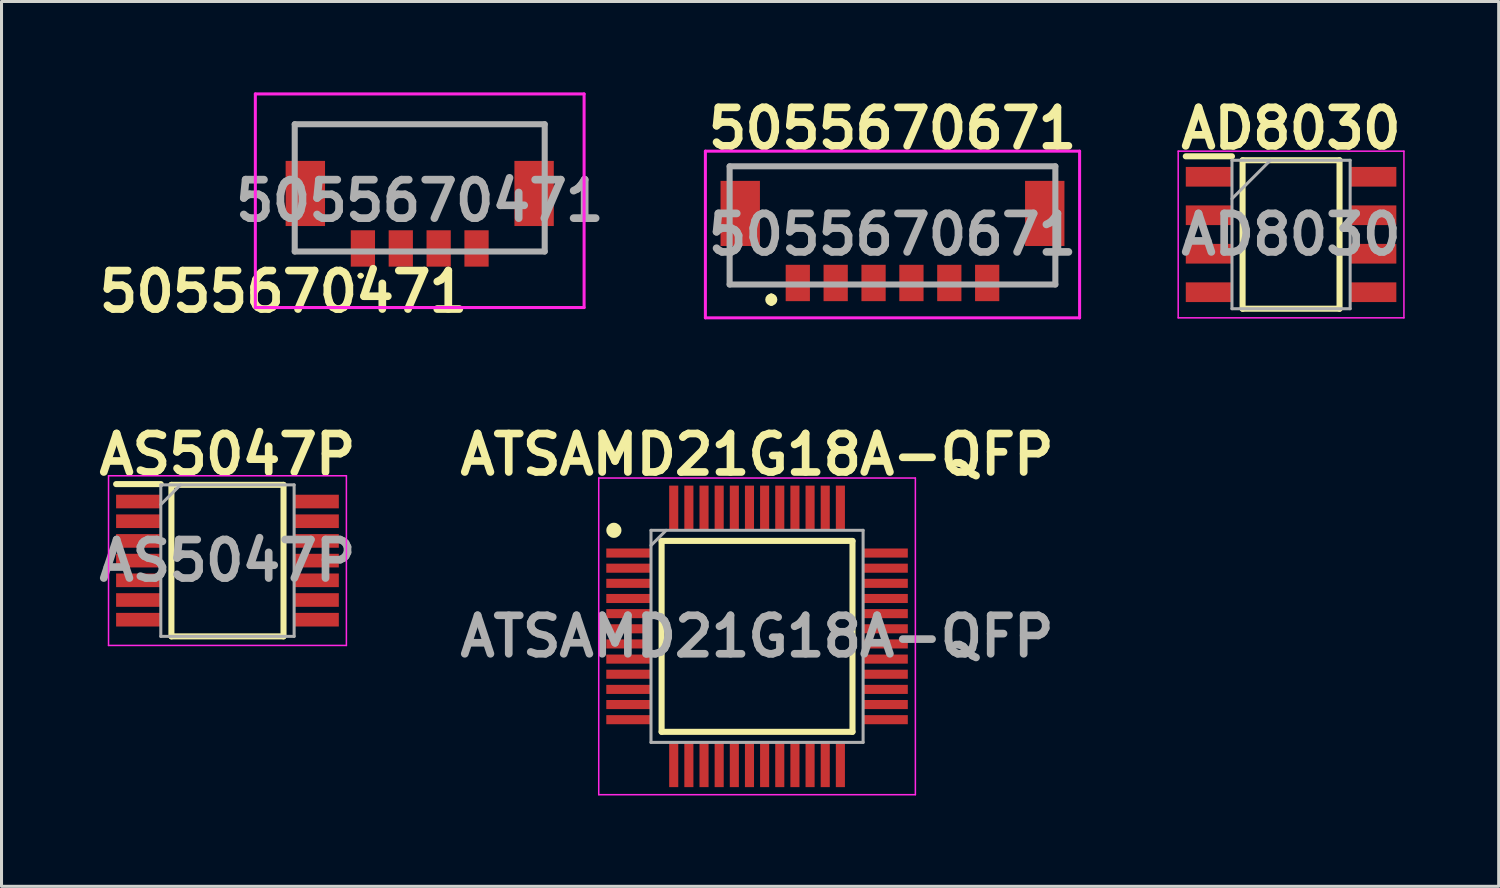
<source format=kicad_pcb>
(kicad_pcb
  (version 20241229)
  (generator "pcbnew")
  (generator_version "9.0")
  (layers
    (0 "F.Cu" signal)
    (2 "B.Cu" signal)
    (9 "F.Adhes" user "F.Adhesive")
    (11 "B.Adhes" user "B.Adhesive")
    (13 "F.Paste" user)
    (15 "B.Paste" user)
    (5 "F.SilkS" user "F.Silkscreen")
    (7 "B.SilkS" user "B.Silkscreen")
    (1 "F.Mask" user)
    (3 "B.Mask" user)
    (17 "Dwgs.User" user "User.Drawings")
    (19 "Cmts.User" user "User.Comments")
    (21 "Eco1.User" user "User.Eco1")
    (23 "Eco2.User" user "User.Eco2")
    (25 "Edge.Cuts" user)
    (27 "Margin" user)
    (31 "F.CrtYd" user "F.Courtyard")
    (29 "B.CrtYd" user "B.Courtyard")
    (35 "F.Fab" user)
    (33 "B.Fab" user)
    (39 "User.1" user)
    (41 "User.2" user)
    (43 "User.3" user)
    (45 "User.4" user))
  (footprint "AS5047P"
    (layer "F.Cu")
    (at 4.457 15.452)
    (property "Reference" "AS5047P" (at 0 -3.5 0) (layer "F.SilkS") (effects (font (size 1.27 1.27) (thickness 0.254))))
    (attr smd)
    (fp_line (start -3.675 -2.525) (end -2.2 -2.525) (stroke (width 0.2) (type solid)) (layer "F.SilkS"))
    (fp_line (start -1.85 -2.5) (end 1.85 -2.5) (stroke (width 0.2) (type solid)) (layer "F.SilkS"))
    (fp_line (start -1.85 2.5) (end -1.85 -2.5) (stroke (width 0.2) (type solid)) (layer "F.SilkS"))
    (fp_line (start 1.85 -2.5) (end 1.85 2.5) (stroke (width 0.2) (type solid)) (layer "F.SilkS"))
    (fp_line (start 1.85 2.5) (end -1.85 2.5) (stroke (width 0.2) (type solid)) (layer "F.SilkS"))
    (fp_line (start -3.925 -2.8) (end 3.925 -2.8) (stroke (width 0.05) (type solid)) (layer "F.CrtYd"))
    (fp_line (start -3.925 2.8) (end -3.925 -2.8) (stroke (width 0.05) (type solid)) (layer "F.CrtYd"))
    (fp_line (start 3.925 -2.8) (end 3.925 2.8) (stroke (width 0.05) (type solid)) (layer "F.CrtYd"))
    (fp_line (start 3.925 2.8) (end -3.925 2.8) (stroke (width 0.05) (type solid)) (layer "F.CrtYd"))
    (fp_line (start -2.2 -2.5) (end 2.2 -2.5) (stroke (width 0.1) (type solid)) (layer "F.Fab"))
    (fp_line (start -2.2 -1.85) (end -1.55 -2.5) (stroke (width 0.1) (type solid)) (layer "F.Fab"))
    (fp_line (start -2.2 2.5) (end -2.2 -2.5) (stroke (width 0.1) (type solid)) (layer "F.Fab"))
    (fp_line (start 2.2 -2.5) (end 2.2 2.5) (stroke (width 0.1) (type solid)) (layer "F.Fab"))
    (fp_line (start 2.2 2.5) (end -2.2 2.5) (stroke (width 0.1) (type solid)) (layer "F.Fab"))
    (fp_text user "${REFERENCE}" (at 0 0 0) (layer "F.Fab") (effects (font (size 1.27 1.27) (thickness 0.254))))
    (pad "1" smd rect (at -2.938 -1.95 90) (size 0.45 1.475) (layers "F.Cu" "F.Mask" "F.Paste"))
    (pad "2" smd rect (at -2.938 -1.3 90) (size 0.45 1.475) (layers "F.Cu" "F.Mask" "F.Paste"))
    (pad "3" smd rect (at -2.938 -0.65 90) (size 0.45 1.475) (layers "F.Cu" "F.Mask" "F.Paste"))
    (pad "4" smd rect (at -2.938 0 90) (size 0.45 1.475) (layers "F.Cu" "F.Mask" "F.Paste"))
    (pad "5" smd rect (at -2.938 0.65 90) (size 0.45 1.475) (layers "F.Cu" "F.Mask" "F.Paste"))
    (pad "6" smd rect (at -2.938 1.3 90) (size 0.45 1.475) (layers "F.Cu" "F.Mask" "F.Paste"))
    (pad "7" smd rect (at -2.938 1.95 90) (size 0.45 1.475) (layers "F.Cu" "F.Mask" "F.Paste"))
    (pad "8" smd rect (at 2.938 1.95 90) (size 0.45 1.475) (layers "F.Cu" "F.Mask" "F.Paste"))
    (pad "9" smd rect (at 2.938 1.3 90) (size 0.45 1.475) (layers "F.Cu" "F.Mask" "F.Paste"))
    (pad "10" smd rect (at 2.938 0.65 90) (size 0.45 1.475) (layers "F.Cu" "F.Mask" "F.Paste"))
    (pad "11" smd rect (at 2.938 0 90) (size 0.45 1.475) (layers "F.Cu" "F.Mask" "F.Paste"))
    (pad "12" smd rect (at 2.938 -0.65 90) (size 0.45 1.475) (layers "F.Cu" "F.Mask" "F.Paste"))
    (pad "13" smd rect (at 2.938 -1.3 90) (size 0.45 1.475) (layers "F.Cu" "F.Mask" "F.Paste"))
    (pad "14" smd rect (at 2.938 -1.95 90) (size 0.45 1.475) (layers "F.Cu" "F.Mask" "F.Paste")))
  (footprint "AD8030"
    (layer "F.Cu")
    (at 39.559 4.689)
    (property "Reference" "AD8030" (at 0 -3.5 0) (layer "F.SilkS") (effects (font (size 1.27 1.27) (thickness 0.254))))
    (attr smd)
    (fp_line (start -3.475 -2.58) (end -1.95 -2.58) (stroke (width 0.2) (type solid)) (layer "F.SilkS"))
    (fp_line (start -1.6 -2.45) (end 1.6 -2.45) (stroke (width 0.2) (type solid)) (layer "F.SilkS"))
    (fp_line (start -1.6 2.45) (end -1.6 -2.45) (stroke (width 0.2) (type solid)) (layer "F.SilkS"))
    (fp_line (start 1.6 -2.45) (end 1.6 2.45) (stroke (width 0.2) (type solid)) (layer "F.SilkS"))
    (fp_line (start 1.6 2.45) (end -1.6 2.45) (stroke (width 0.2) (type solid)) (layer "F.SilkS"))
    (fp_line (start -3.725 -2.75) (end 3.725 -2.75) (stroke (width 0.05) (type solid)) (layer "F.CrtYd"))
    (fp_line (start -3.725 2.75) (end -3.725 -2.75) (stroke (width 0.05) (type solid)) (layer "F.CrtYd"))
    (fp_line (start 3.725 -2.75) (end 3.725 2.75) (stroke (width 0.05) (type solid)) (layer "F.CrtYd"))
    (fp_line (start 3.725 2.75) (end -3.725 2.75) (stroke (width 0.05) (type solid)) (layer "F.CrtYd"))
    (fp_line (start -1.95 -2.45) (end 1.95 -2.45) (stroke (width 0.1) (type solid)) (layer "F.Fab"))
    (fp_line (start -1.95 -1.18) (end -0.68 -2.45) (stroke (width 0.1) (type solid)) (layer "F.Fab"))
    (fp_line (start -1.95 2.45) (end -1.95 -2.45) (stroke (width 0.1) (type solid)) (layer "F.Fab"))
    (fp_line (start 1.95 -2.45) (end 1.95 2.45) (stroke (width 0.1) (type solid)) (layer "F.Fab"))
    (fp_line (start 1.95 2.45) (end -1.95 2.45) (stroke (width 0.1) (type solid)) (layer "F.Fab"))
    (fp_text user "${REFERENCE}" (at 0 0 0) (layer "F.Fab") (effects (font (size 1.27 1.27) (thickness 0.254))))
    (pad "1" smd rect (at -2.712 -1.905 90) (size 0.65 1.525) (layers "F.Cu" "F.Mask" "F.Paste"))
    (pad "2" smd rect (at -2.712 -0.635 90) (size 0.65 1.525) (layers "F.Cu" "F.Mask" "F.Paste"))
    (pad "3" smd rect (at -2.712 0.635 90) (size 0.65 1.525) (layers "F.Cu" "F.Mask" "F.Paste"))
    (pad "4" smd rect (at -2.712 1.905 90) (size 0.65 1.525) (layers "F.Cu" "F.Mask" "F.Paste"))
    (pad "5" smd rect (at 2.712 1.905 90) (size 0.65 1.525) (layers "F.Cu" "F.Mask" "F.Paste"))
    (pad "6" smd rect (at 2.712 0.635 90) (size 0.65 1.525) (layers "F.Cu" "F.Mask" "F.Paste"))
    (pad "7" smd rect (at 2.712 -0.635 90) (size 0.65 1.525) (layers "F.Cu" "F.Mask" "F.Paste"))
    (pad "8" smd rect (at 2.712 -1.905 90) (size 0.65 1.525) (layers "F.Cu" "F.Mask" "F.Paste")))
  (footprint "ATSAMD21G18A-QFP"
    (layer "F.Cu")
    (at 21.935 17.952)
    (property "Reference" "ATSAMD21G18A-QFP" (at 0 -6 0) (layer "F.SilkS") (effects (font (size 1.27 1.27) (thickness 0.254))))
    (attr smd)
    (fp_line (start -3.15 -3.15) (end 3.15 -3.15) (stroke (width 0.2) (type solid)) (layer "F.SilkS"))
    (fp_line (start -3.15 3.15) (end -3.15 -3.15) (stroke (width 0.2) (type solid)) (layer "F.SilkS"))
    (fp_line (start 3.15 -3.15) (end 3.15 3.15) (stroke (width 0.2) (type solid)) (layer "F.SilkS"))
    (fp_line (start 3.15 3.15) (end -3.15 3.15) (stroke (width 0.2) (type solid)) (layer "F.SilkS"))
    (fp_circle (center -4.725 -3.5) (end -4.725 -3.375) (stroke (width 0.25) (type solid)) (fill no) (layer "F.SilkS"))
    (fp_line (start -5.225 -5.225) (end 5.225 -5.225) (stroke (width 0.05) (type solid)) (layer "F.CrtYd"))
    (fp_line (start -5.225 5.225) (end -5.225 -5.225) (stroke (width 0.05) (type solid)) (layer "F.CrtYd"))
    (fp_line (start 5.225 -5.225) (end 5.225 5.225) (stroke (width 0.05) (type solid)) (layer "F.CrtYd"))
    (fp_line (start 5.225 5.225) (end -5.225 5.225) (stroke (width 0.05) (type solid)) (layer "F.CrtYd"))
    (fp_line (start -3.5 -3.5) (end 3.5 -3.5) (stroke (width 0.1) (type solid)) (layer "F.Fab"))
    (fp_line (start -3.5 -3) (end -3 -3.5) (stroke (width 0.1) (type solid)) (layer "F.Fab"))
    (fp_line (start -3.5 3.5) (end -3.5 -3.5) (stroke (width 0.1) (type solid)) (layer "F.Fab"))
    (fp_line (start 3.5 -3.5) (end 3.5 3.5) (stroke (width 0.1) (type solid)) (layer "F.Fab"))
    (fp_line (start 3.5 3.5) (end -3.5 3.5) (stroke (width 0.1) (type solid)) (layer "F.Fab"))
    (fp_text user "${REFERENCE}" (at 0 0 0) (layer "F.Fab") (effects (font (size 1.27 1.27) (thickness 0.254))))
    (pad "1" smd rect (at -4.238 -2.75 90) (size 0.3 1.475) (layers "F.Cu" "F.Mask" "F.Paste"))
    (pad "2" smd rect (at -4.238 -2.25 90) (size 0.3 1.475) (layers "F.Cu" "F.Mask" "F.Paste"))
    (pad "3" smd rect (at -4.238 -1.75 90) (size 0.3 1.475) (layers "F.Cu" "F.Mask" "F.Paste"))
    (pad "4" smd rect (at -4.238 -1.25 90) (size 0.3 1.475) (layers "F.Cu" "F.Mask" "F.Paste"))
    (pad "5" smd rect (at -4.238 -0.75 90) (size 0.3 1.475) (layers "F.Cu" "F.Mask" "F.Paste"))
    (pad "6" smd rect (at -4.238 -0.25 90) (size 0.3 1.475) (layers "F.Cu" "F.Mask" "F.Paste"))
    (pad "7" smd rect (at -4.238 0.25 90) (size 0.3 1.475) (layers "F.Cu" "F.Mask" "F.Paste"))
    (pad "8" smd rect (at -4.238 0.75 90) (size 0.3 1.475) (layers "F.Cu" "F.Mask" "F.Paste"))
    (pad "9" smd rect (at -4.238 1.25 90) (size 0.3 1.475) (layers "F.Cu" "F.Mask" "F.Paste"))
    (pad "10" smd rect (at -4.238 1.75 90) (size 0.3 1.475) (layers "F.Cu" "F.Mask" "F.Paste"))
    (pad "11" smd rect (at -4.238 2.25 90) (size 0.3 1.475) (layers "F.Cu" "F.Mask" "F.Paste"))
    (pad "12" smd rect (at -4.238 2.75 90) (size 0.3 1.475) (layers "F.Cu" "F.Mask" "F.Paste"))
    (pad "13" smd rect (at -2.75 4.238) (size 0.3 1.475) (layers "F.Cu" "F.Mask" "F.Paste"))
    (pad "14" smd rect (at -2.25 4.238) (size 0.3 1.475) (layers "F.Cu" "F.Mask" "F.Paste"))
    (pad "15" smd rect (at -1.75 4.238) (size 0.3 1.475) (layers "F.Cu" "F.Mask" "F.Paste"))
    (pad "16" smd rect (at -1.25 4.238) (size 0.3 1.475) (layers "F.Cu" "F.Mask" "F.Paste"))
    (pad "17" smd rect (at -0.75 4.238) (size 0.3 1.475) (layers "F.Cu" "F.Mask" "F.Paste"))
    (pad "18" smd rect (at -0.25 4.238) (size 0.3 1.475) (layers "F.Cu" "F.Mask" "F.Paste"))
    (pad "19" smd rect (at 0.25 4.238) (size 0.3 1.475) (layers "F.Cu" "F.Mask" "F.Paste"))
    (pad "20" smd rect (at 0.75 4.238) (size 0.3 1.475) (layers "F.Cu" "F.Mask" "F.Paste"))
    (pad "21" smd rect (at 1.25 4.238) (size 0.3 1.475) (layers "F.Cu" "F.Mask" "F.Paste"))
    (pad "22" smd rect (at 1.75 4.238) (size 0.3 1.475) (layers "F.Cu" "F.Mask" "F.Paste"))
    (pad "23" smd rect (at 2.25 4.238) (size 0.3 1.475) (layers "F.Cu" "F.Mask" "F.Paste"))
    (pad "24" smd rect (at 2.75 4.238) (size 0.3 1.475) (layers "F.Cu" "F.Mask" "F.Paste"))
    (pad "25" smd rect (at 4.238 2.75 90) (size 0.3 1.475) (layers "F.Cu" "F.Mask" "F.Paste"))
    (pad "26" smd rect (at 4.238 2.25 90) (size 0.3 1.475) (layers "F.Cu" "F.Mask" "F.Paste"))
    (pad "27" smd rect (at 4.238 1.75 90) (size 0.3 1.475) (layers "F.Cu" "F.Mask" "F.Paste"))
    (pad "28" smd rect (at 4.238 1.25 90) (size 0.3 1.475) (layers "F.Cu" "F.Mask" "F.Paste"))
    (pad "29" smd rect (at 4.238 0.75 90) (size 0.3 1.475) (layers "F.Cu" "F.Mask" "F.Paste"))
    (pad "30" smd rect (at 4.238 0.25 90) (size 0.3 1.475) (layers "F.Cu" "F.Mask" "F.Paste"))
    (pad "31" smd rect (at 4.238 -0.25 90) (size 0.3 1.475) (layers "F.Cu" "F.Mask" "F.Paste"))
    (pad "32" smd rect (at 4.238 -0.75 90) (size 0.3 1.475) (layers "F.Cu" "F.Mask" "F.Paste"))
    (pad "33" smd rect (at 4.238 -1.25 90) (size 0.3 1.475) (layers "F.Cu" "F.Mask" "F.Paste"))
    (pad "34" smd rect (at 4.238 -1.75 90) (size 0.3 1.475) (layers "F.Cu" "F.Mask" "F.Paste"))
    (pad "35" smd rect (at 4.238 -2.25 90) (size 0.3 1.475) (layers "F.Cu" "F.Mask" "F.Paste"))
    (pad "36" smd rect (at 4.238 -2.75 90) (size 0.3 1.475) (layers "F.Cu" "F.Mask" "F.Paste"))
    (pad "37" smd rect (at 2.75 -4.238) (size 0.3 1.475) (layers "F.Cu" "F.Mask" "F.Paste"))
    (pad "38" smd rect (at 2.25 -4.238) (size 0.3 1.475) (layers "F.Cu" "F.Mask" "F.Paste"))
    (pad "39" smd rect (at 1.75 -4.238) (size 0.3 1.475) (layers "F.Cu" "F.Mask" "F.Paste"))
    (pad "40" smd rect (at 1.25 -4.238) (size 0.3 1.475) (layers "F.Cu" "F.Mask" "F.Paste"))
    (pad "41" smd rect (at 0.75 -4.238) (size 0.3 1.475) (layers "F.Cu" "F.Mask" "F.Paste"))
    (pad "42" smd rect (at 0.25 -4.238) (size 0.3 1.475) (layers "F.Cu" "F.Mask" "F.Paste"))
    (pad "43" smd rect (at -0.25 -4.238) (size 0.3 1.475) (layers "F.Cu" "F.Mask" "F.Paste"))
    (pad "44" smd rect (at -0.75 -4.238) (size 0.3 1.475) (layers "F.Cu" "F.Mask" "F.Paste"))
    (pad "45" smd rect (at -1.25 -4.238) (size 0.3 1.475) (layers "F.Cu" "F.Mask" "F.Paste"))
    (pad "46" smd rect (at -1.75 -4.238) (size 0.3 1.475) (layers "F.Cu" "F.Mask" "F.Paste"))
    (pad "47" smd rect (at -2.25 -4.238) (size 0.3 1.475) (layers "F.Cu" "F.Mask" "F.Paste"))
    (pad "48" smd rect (at -2.75 -4.238) (size 0.3 1.475) (layers "F.Cu" "F.Mask" "F.Paste")))
  (footprint "5055670671"
    (layer "F.Cu")
    (at 26.405 4.689)
    (property "Reference" "5055670671" (at 0 -3.5 0) (layer "F.SilkS") (effects (font (size 1.27 1.27) (thickness 0.254))))
    (attr smd)
    (fp_line (start -5.375 -2.25) (end 5.375 -2.25) (stroke (width 0.1) (type solid)) (layer "F.SilkS"))
    (fp_line (start -5.375 1.65) (end -5.375 0.75) (stroke (width 0.1) (type solid)) (layer "F.SilkS"))
    (fp_line (start -4 1.65) (end -5.375 1.65) (stroke (width 0.1) (type solid)) (layer "F.SilkS"))
    (fp_line (start -4 2.05) (end -4 2.05) (stroke (width 0.2) (type solid)) (layer "F.SilkS"))
    (fp_line (start -4 2.25) (end -4 2.25) (stroke (width 0.2) (type solid)) (layer "F.SilkS"))
    (fp_line (start 4 1.65) (end 5.375 1.65) (stroke (width 0.1) (type solid)) (layer "F.SilkS"))
    (fp_line (start 5.375 1.65) (end 5.375 0.75) (stroke (width 0.1) (type solid)) (layer "F.SilkS"))
    (fp_arc (start -4 2.05) (mid -3.9 2.15) (end -4 2.25) (stroke (width 0.2) (type solid)) (layer "F.SilkS"))
    (fp_arc (start -4 2.25) (mid -4.1 2.15) (end -4 2.05) (stroke (width 0.2) (type solid)) (layer "F.SilkS"))
    (fp_line (start -6.175 -2.75) (end 6.175 -2.75) (stroke (width 0.1) (type solid)) (layer "F.CrtYd"))
    (fp_line (start -6.175 2.75) (end -6.175 -2.75) (stroke (width 0.1) (type solid)) (layer "F.CrtYd"))
    (fp_line (start 6.175 -2.75) (end 6.175 2.75) (stroke (width 0.1) (type solid)) (layer "F.CrtYd"))
    (fp_line (start 6.175 2.75) (end -6.175 2.75) (stroke (width 0.1) (type solid)) (layer "F.CrtYd"))
    (fp_line (start -5.375 -2.25) (end 5.375 -2.25) (stroke (width 0.2) (type solid)) (layer "F.Fab"))
    (fp_line (start -5.375 1.65) (end -5.375 -2.25) (stroke (width 0.2) (type solid)) (layer "F.Fab"))
    (fp_line (start 5.375 -2.25) (end 5.375 1.65) (stroke (width 0.2) (type solid)) (layer "F.Fab"))
    (fp_line (start 5.375 1.65) (end -5.375 1.65) (stroke (width 0.2) (type solid)) (layer "F.Fab"))
    (fp_text user "${REFERENCE}" (at 0 0 0) (layer "F.Fab") (effects (font (size 1.27 1.27) (thickness 0.254))))
    (pad "1" smd rect (at -3.125 1.6) (size 0.8 1.2) (layers "F.Cu" "F.Mask" "F.Paste"))
    (pad "2" smd rect (at -1.875 1.6) (size 0.8 1.2) (layers "F.Cu" "F.Mask" "F.Paste"))
    (pad "3" smd rect (at -0.625 1.6) (size 0.8 1.2) (layers "F.Cu" "F.Mask" "F.Paste"))
    (pad "4" smd rect (at 0.625 1.6) (size 0.8 1.2) (layers "F.Cu" "F.Mask" "F.Paste"))
    (pad "5" smd rect (at 1.875 1.6) (size 0.8 1.2) (layers "F.Cu" "F.Mask" "F.Paste"))
    (pad "6" smd rect (at 3.125 1.6) (size 0.8 1.2) (layers "F.Cu" "F.Mask" "F.Paste"))
    (pad "MP1" smd rect (at -5.025 -0.695) (size 1.3 2.15) (layers "F.Cu" "F.Mask" "F.Paste"))
    (pad "MP2" smd rect (at 5.025 -0.695) (size 1.3 2.15) (layers "F.Cu" "F.Mask" "F.Paste")))
  (footprint "5055670471"
    (layer "F.Cu")
    (at 10.802 3.575)
    (property "Reference" "5055670471" (at -4.5 3 0) (layer "F.SilkS") (effects (font (size 1.27 1.27) (thickness 0.254))))
    (attr smd)
    (fp_line (start -4.125 -2.525) (end 4.125 -2.525) (stroke (width 0.1) (type solid)) (layer "F.SilkS"))
    (fp_line (start -4.125 -1.825) (end -4.125 -2.525) (stroke (width 0.1) (type solid)) (layer "F.SilkS"))
    (fp_line (start -4.125 1.675) (end -4.125 1.175) (stroke (width 0.1) (type solid)) (layer "F.SilkS"))
    (fp_line (start -2.5 1.675) (end -4.125 1.675) (stroke (width 0.1) (type solid)) (layer "F.SilkS"))
    (fp_line (start -2 2.475) (end -2 2.475) (stroke (width 0.1) (type solid)) (layer "F.SilkS"))
    (fp_line (start -1.9 2.475) (end -1.9 2.475) (stroke (width 0.1) (type solid)) (layer "F.SilkS"))
    (fp_line (start 2.5 1.675) (end 4.125 1.675) (stroke (width 0.1) (type solid)) (layer "F.SilkS"))
    (fp_line (start 4.125 -2.525) (end 4.125 -1.825) (stroke (width 0.1) (type solid)) (layer "F.SilkS"))
    (fp_line (start 4.125 1.675) (end 4.125 1.175) (stroke (width 0.1) (type solid)) (layer "F.SilkS"))
    (fp_arc (start -2 2.475) (mid -1.95 2.425) (end -1.9 2.475) (stroke (width 0.1) (type solid)) (layer "F.SilkS"))
    (fp_arc (start -1.9 2.475) (mid -1.95 2.525) (end -2 2.475) (stroke (width 0.1) (type solid)) (layer "F.SilkS"))
    (fp_line (start -5.425 -3.525) (end 5.425 -3.525) (stroke (width 0.1) (type solid)) (layer "F.CrtYd"))
    (fp_line (start -5.425 3.525) (end -5.425 -3.525) (stroke (width 0.1) (type solid)) (layer "F.CrtYd"))
    (fp_line (start 5.425 -3.525) (end 5.425 3.525) (stroke (width 0.1) (type solid)) (layer "F.CrtYd"))
    (fp_line (start 5.425 3.525) (end -5.425 3.525) (stroke (width 0.1) (type solid)) (layer "F.CrtYd"))
    (fp_line (start -4.125 -2.525) (end 4.125 -2.525) (stroke (width 0.2) (type solid)) (layer "F.Fab"))
    (fp_line (start -4.125 1.675) (end -4.125 -2.525) (stroke (width 0.2) (type solid)) (layer "F.Fab"))
    (fp_line (start 4.125 -2.525) (end 4.125 1.675) (stroke (width 0.2) (type solid)) (layer "F.Fab"))
    (fp_line (start 4.125 1.675) (end -4.125 1.675) (stroke (width 0.2) (type solid)) (layer "F.Fab"))
    (fp_text user "${REFERENCE}" (at 0 0 0) (layer "F.Fab") (effects (font (size 1.27 1.27) (thickness 0.254))))
    (pad "1" smd rect (at -1.875 1.575) (size 0.8 1.2) (layers "F.Cu" "F.Mask" "F.Paste"))
    (pad "2" smd rect (at -0.625 1.575) (size 0.8 1.2) (layers "F.Cu" "F.Mask" "F.Paste"))
    (pad "3" smd rect (at 0.625 1.575) (size 0.8 1.2) (layers "F.Cu" "F.Mask" "F.Paste"))
    (pad "4" smd rect (at 1.875 1.575) (size 0.8 1.2) (layers "F.Cu" "F.Mask" "F.Paste"))
    (pad "5" smd rect (at -3.775 -0.24) (size 1.3 2.15) (layers "F.Cu" "F.Mask" "F.Paste"))
    (pad "6" smd rect (at 3.775 -0.24) (size 1.3 2.15) (layers "F.Cu" "F.Mask" "F.Paste")))
  (gr_rect
    (start -3 -3)
    (end 46.411 26.202)
    (stroke (width 0.1) (type default))
    (fill no)
    (layer "Edge.Cuts")))
</source>
